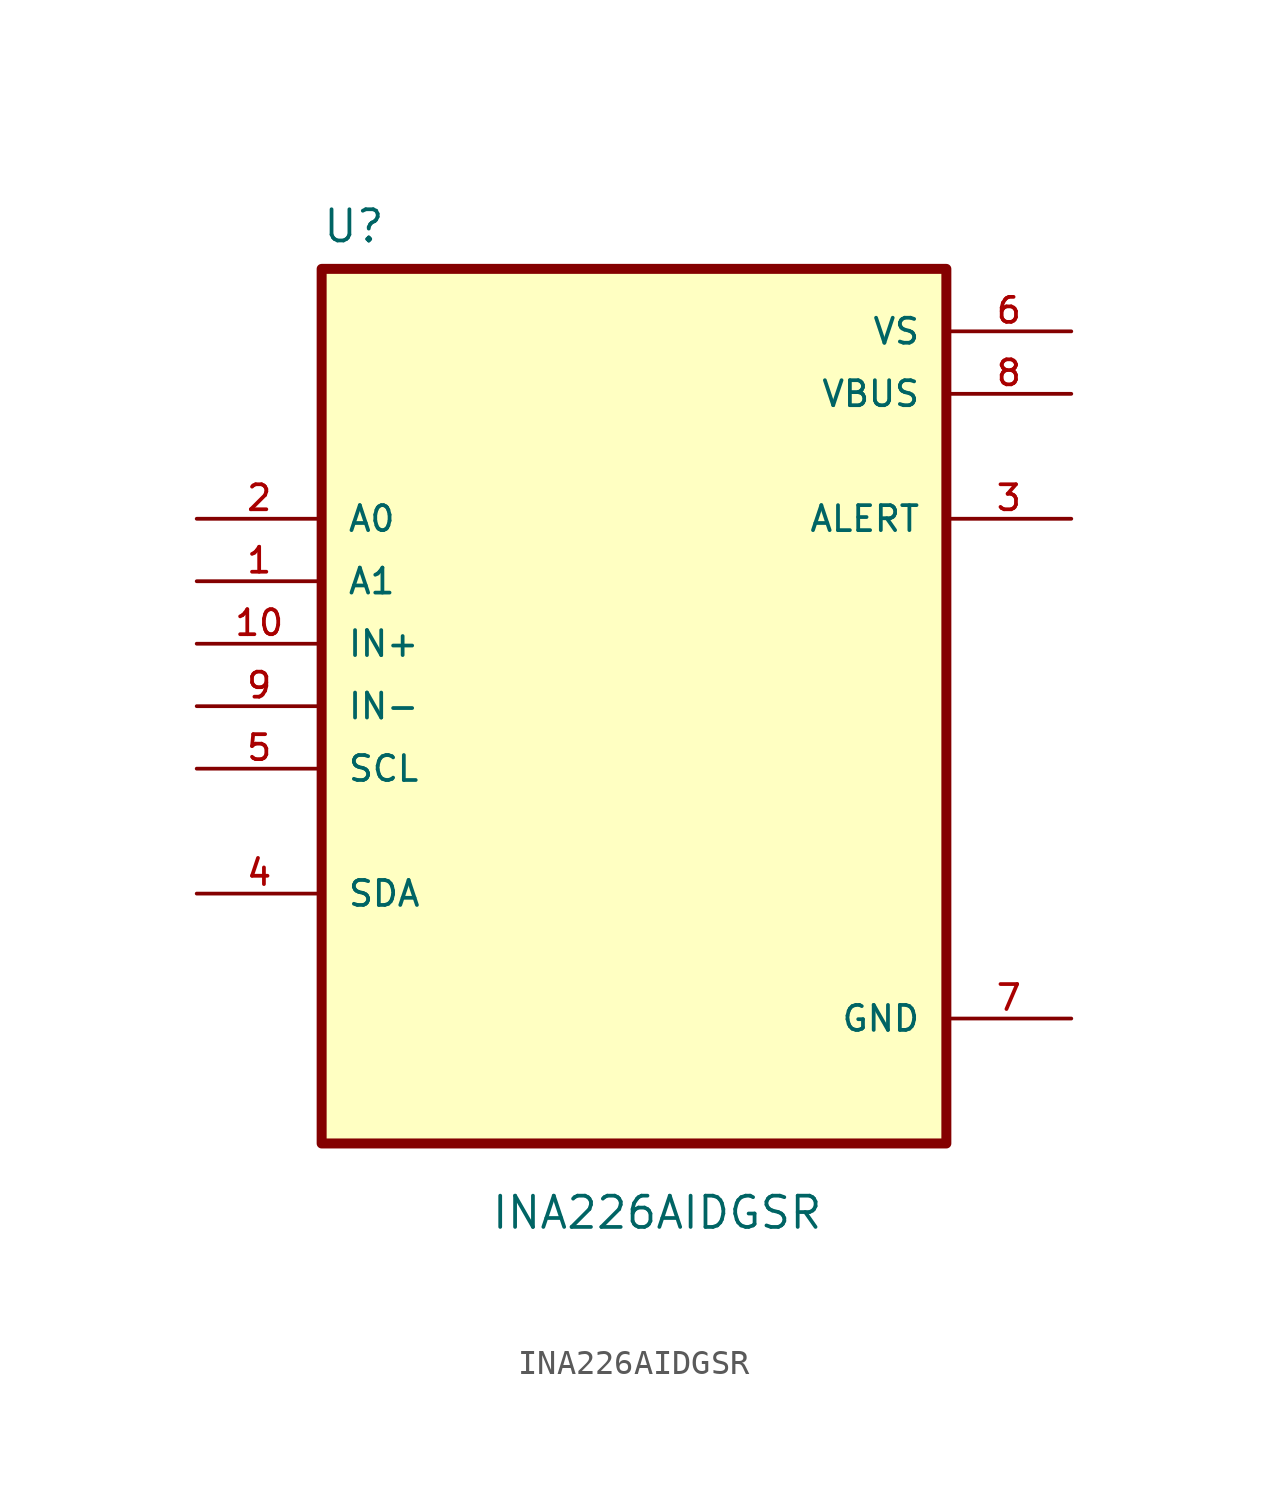
<source format=kicad_sym>
(kicad_symbol_lib
  (version 20231120)
  (generator "kicad_symbol_editor")
  (generator_version "8.0")
  (symbol "INA226AIDGSR"
    (pin_names
      (offset 1.016))
    (property "Reference" "U"
      (at -12.7 18.771 0)
      (effects (font (size 1.27 1.27)) (justify left bottom)))
    (property "Value" "INA226AIDGSR"
      (at -5.842 -21.336 0)
      (effects (font (size 1.27 1.27)) (justify left bottom)))
    (property "ki_locked" ""
      (at 0 0 0)
      (effects (font (size 1.27 1.27))))
    (symbol "INA226AIDGSR_0_0"
      (rectangle (start -12.7 -17.78) (end 12.7 17.78) (stroke (width 0.406) (type default)) (fill (type background)))
      (pin input line (at -17.78 5.08 0) (length 5.08) (name "A1" (effects (font (size 1.016 1.016)))) (number "1" (effects (font (size 1.016 1.016)))))
      (pin input line (at -17.78 2.54 0) (length 5.08) (name "IN+" (effects (font (size 1.016 1.016)))) (number "10" (effects (font (size 1.016 1.016)))))
      (pin input line (at -17.78 7.62 0) (length 5.08) (name "A0" (effects (font (size 1.016 1.016)))) (number "2" (effects (font (size 1.016 1.016)))))
      (pin output line (at 17.78 7.62 180) (length 5.08) (name "ALERT" (effects (font (size 1.016 1.016)))) (number "3" (effects (font (size 1.016 1.016)))))
      (pin bidirectional line (at -17.78 -7.62 0) (length 5.08) (name "SDA" (effects (font (size 1.016 1.016)))) (number "4" (effects (font (size 1.016 1.016)))))
      (pin input line (at -17.78 -2.54 0) (length 5.08) (name "SCL" (effects (font (size 1.016 1.016)))) (number "5" (effects (font (size 1.016 1.016)))))
      (pin power_in line (at 17.78 15.24 180) (length 5.08) (name "VS" (effects (font (size 1.016 1.016)))) (number "6" (effects (font (size 1.016 1.016)))))
      (pin power_in line (at 17.78 -12.7 180) (length 5.08) (name "GND" (effects (font (size 1.016 1.016)))) (number "7" (effects (font (size 1.016 1.016)))))
      (pin power_in line (at 17.78 12.7 180) (length 5.08) (name "VBUS" (effects (font (size 1.016 1.016)))) (number "8" (effects (font (size 1.016 1.016)))))
      (pin input line (at -17.78 0 0) (length 5.08) (name "IN-" (effects (font (size 1.016 1.016)))) (number "9" (effects (font (size 1.016 1.016))))))))
</source>
